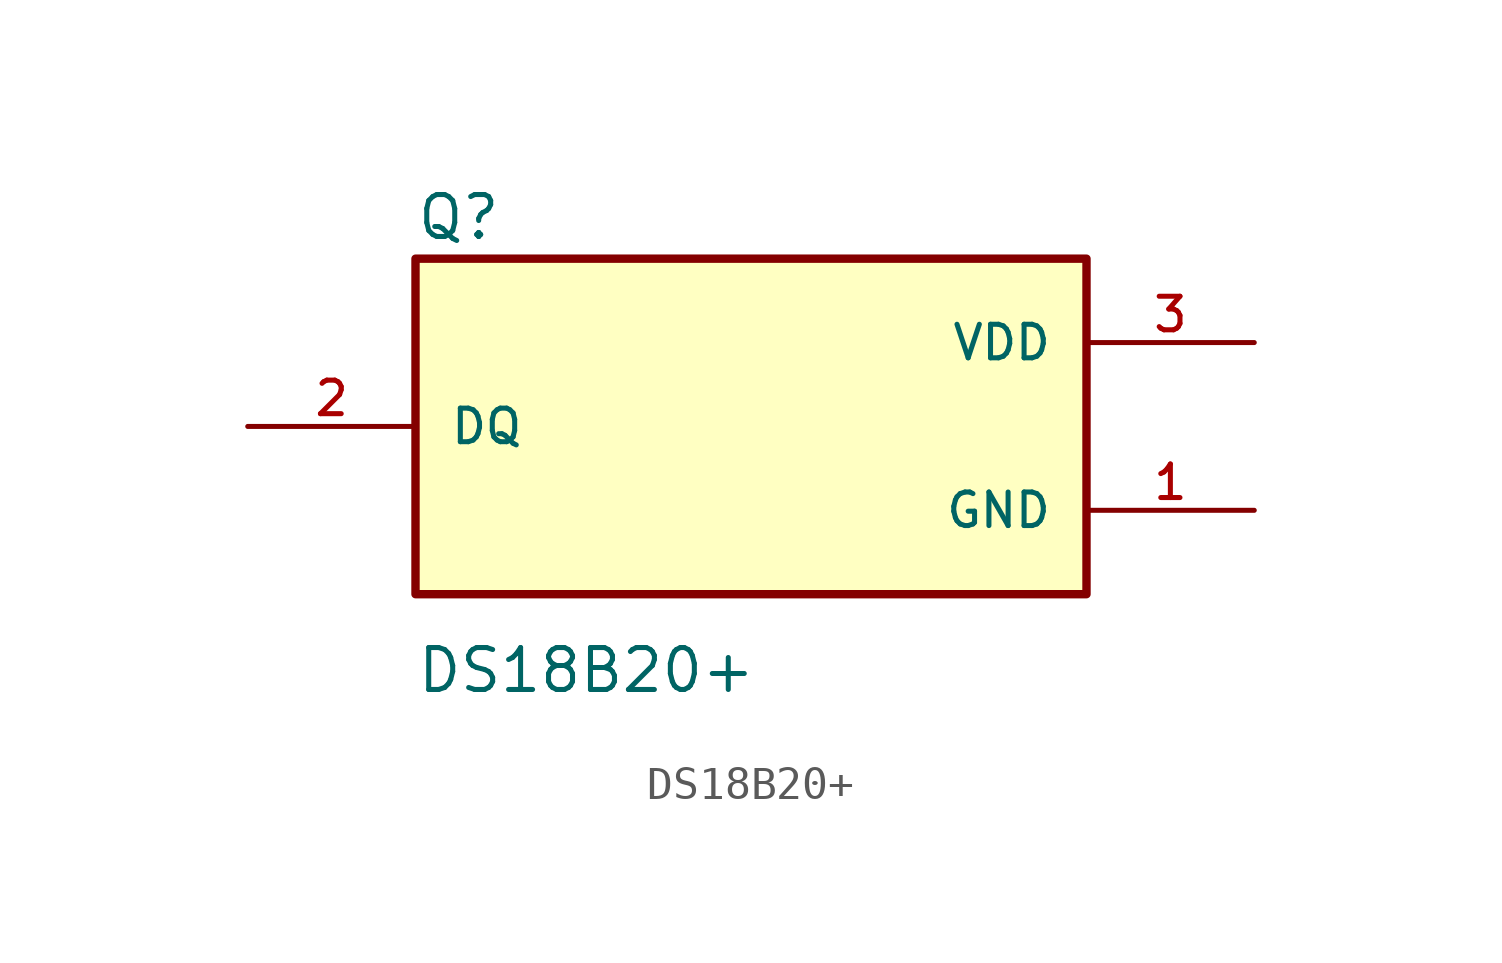
<source format=kicad_sym>
(kicad_symbol_lib
  (version 20211014)
  (generator kicad_symbol_editor)
  (symbol "DS18B20+"
    (pin_names
      (offset 1.016))
    (property "Reference" "Q"
      (at -10.161 5.589 0)
      (effects (font (size 1.27 1.27)) (justify bottom left)))
    (property "Value" "DS18B20+"
      (at -10.162 -8.129 0)
      (effects (font (size 1.27 1.27)) (justify bottom left)))
    (symbol "DS18B20+_0_0"
      (rectangle (start -10.16 -5.08) (end 10.16 5.08) (stroke (width 0.254)) (fill (type background)))
      (pin bidirectional line (at -15.24 0.0 0) (length 5.08) (name "DQ" (effects (font (size 1.016 1.016)))) (number "2" (effects (font (size 1.016 1.016)))))
      (pin power_in line (at 15.24 2.54 180.0) (length 5.08) (name "VDD" (effects (font (size 1.016 1.016)))) (number "3" (effects (font (size 1.016 1.016)))))
      (pin power_in line (at 15.24 -2.54 180.0) (length 5.08) (name "GND" (effects (font (size 1.016 1.016)))) (number "1" (effects (font (size 1.016 1.016))))))))
</source>
